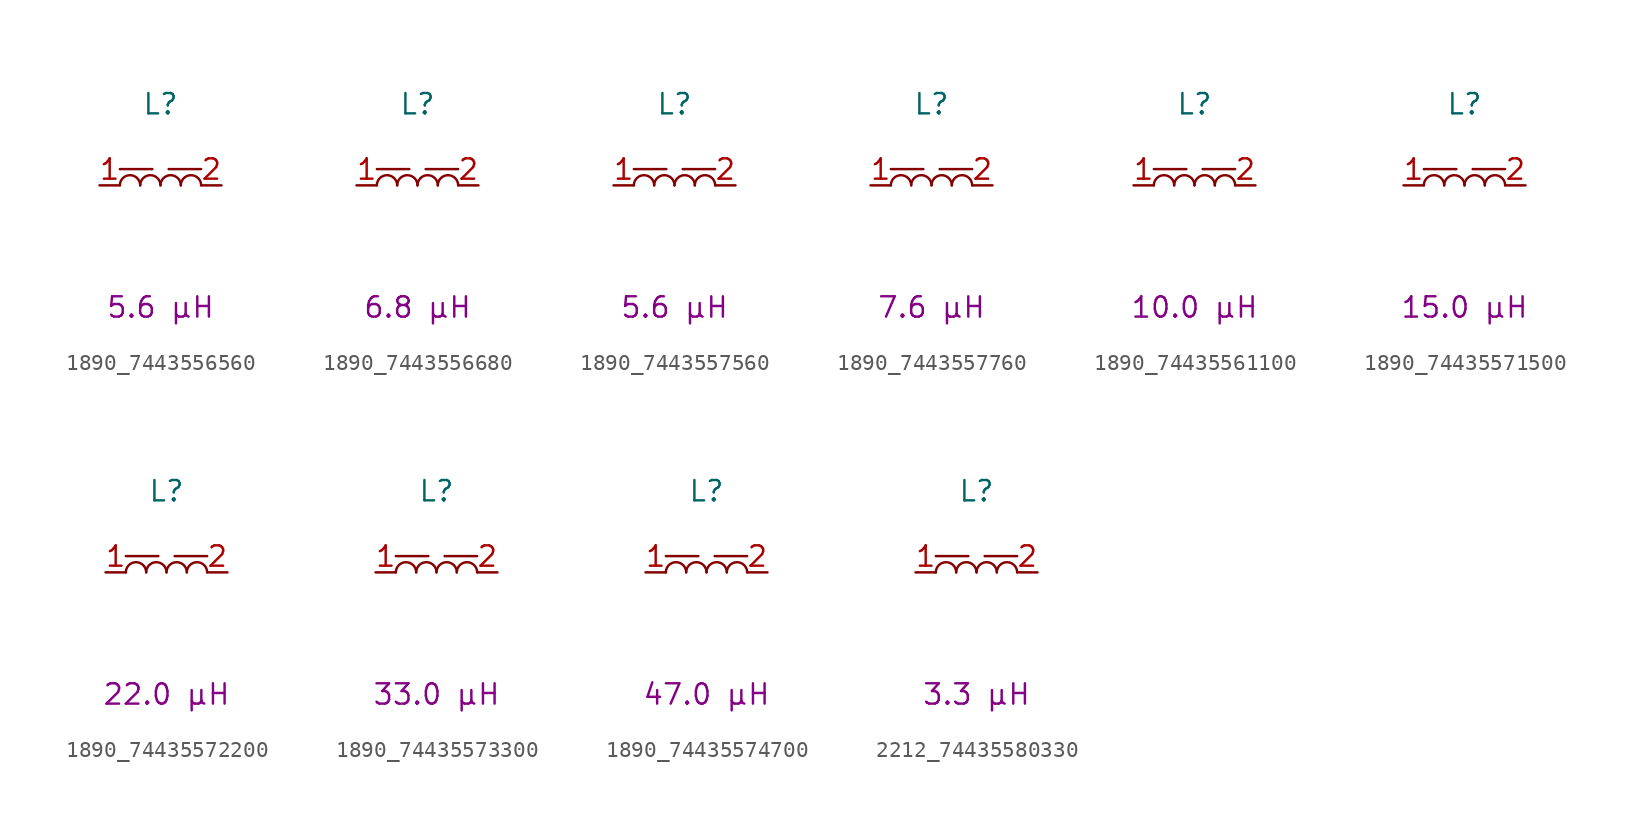
<source format=kicad_sym>
(kicad_symbol_lib
  (version 20220914)
  (generator kicad_symbol_editor)
  (symbol "1890_7443556560"
    (pin_names hide)
    (property "Reference" "L"
      (at 0 5.08 0)
      (effects (font (size 1.27 1.27))))
    (property "Critical Parameter" "5.6 µH"
      (at 0 -7.62 0)
      (effects (font (size 1.27 1.27))))
    (symbol "1890_7443556560_0_1"
      (arc (start -1.27 0) (mid -1.905 0.6323) (end -2.54 0) (stroke (width 0) (type default)) (fill (type none)))
      (arc (start 0 0) (mid -0.635 0.6323) (end -1.27 0) (stroke (width 0) (type default)) (fill (type none)))
      (polyline (pts (xy -2.54 1.016) (xy -0.508 1.016)) (stroke (width 0) (type default)) (fill (type none)))
      (arc (start 1.27 0) (mid 0.635 0.6323) (end 0 0) (stroke (width 0) (type default)) (fill (type none)))
      (arc (start 2.54 0) (mid 1.905 0.6323) (end 1.27 0) (stroke (width 0) (type default)) (fill (type none))))
    (symbol "1890_7443556560_1_1"
      (polyline (pts (xy 2.54 1.016) (xy 0.508 1.016)) (stroke (width 0) (type default)) (fill (type none)))
      (pin passive line (at -3.81 0 0) (length 1.27) (name "1" (effects (font (size 1.27 1.27)))) (number "1" (effects (font (size 1.27 1.27)))))
      (pin passive line (at 3.81 0 180) (length 1.27) (name "2" (effects (font (size 1.27 1.27)))) (number "2" (effects (font (size 1.27 1.27)))))))
  (symbol "1890_7443556680"
    (pin_names hide)
    (property "Reference" "L"
      (at 0 5.08 0)
      (effects (font (size 1.27 1.27))))
    (property "Critical Parameter" "6.8 µH"
      (at 0 -7.62 0)
      (effects (font (size 1.27 1.27))))
    (symbol "1890_7443556680_0_1"
      (arc (start -1.27 0) (mid -1.905 0.6323) (end -2.54 0) (stroke (width 0) (type default)) (fill (type none)))
      (arc (start 0 0) (mid -0.635 0.6323) (end -1.27 0) (stroke (width 0) (type default)) (fill (type none)))
      (polyline (pts (xy -2.54 1.016) (xy -0.508 1.016)) (stroke (width 0) (type default)) (fill (type none)))
      (arc (start 1.27 0) (mid 0.635 0.6323) (end 0 0) (stroke (width 0) (type default)) (fill (type none)))
      (arc (start 2.54 0) (mid 1.905 0.6323) (end 1.27 0) (stroke (width 0) (type default)) (fill (type none))))
    (symbol "1890_7443556680_1_1"
      (polyline (pts (xy 2.54 1.016) (xy 0.508 1.016)) (stroke (width 0) (type default)) (fill (type none)))
      (pin passive line (at -3.81 0 0) (length 1.27) (name "1" (effects (font (size 1.27 1.27)))) (number "1" (effects (font (size 1.27 1.27)))))
      (pin passive line (at 3.81 0 180) (length 1.27) (name "2" (effects (font (size 1.27 1.27)))) (number "2" (effects (font (size 1.27 1.27)))))))
  (symbol "1890_7443557560"
    (pin_names hide)
    (property "Reference" "L"
      (at 0 5.08 0)
      (effects (font (size 1.27 1.27))))
    (property "Critical Parameter" "5.6 µH"
      (at 0 -7.62 0)
      (effects (font (size 1.27 1.27))))
    (symbol "1890_7443557560_0_1"
      (arc (start -1.27 0) (mid -1.905 0.6323) (end -2.54 0) (stroke (width 0) (type default)) (fill (type none)))
      (arc (start 0 0) (mid -0.635 0.6323) (end -1.27 0) (stroke (width 0) (type default)) (fill (type none)))
      (polyline (pts (xy -2.54 1.016) (xy -0.508 1.016)) (stroke (width 0) (type default)) (fill (type none)))
      (arc (start 1.27 0) (mid 0.635 0.6323) (end 0 0) (stroke (width 0) (type default)) (fill (type none)))
      (arc (start 2.54 0) (mid 1.905 0.6323) (end 1.27 0) (stroke (width 0) (type default)) (fill (type none))))
    (symbol "1890_7443557560_1_1"
      (polyline (pts (xy 2.54 1.016) (xy 0.508 1.016)) (stroke (width 0) (type default)) (fill (type none)))
      (pin passive line (at -3.81 0 0) (length 1.27) (name "1" (effects (font (size 1.27 1.27)))) (number "1" (effects (font (size 1.27 1.27)))))
      (pin passive line (at 3.81 0 180) (length 1.27) (name "2" (effects (font (size 1.27 1.27)))) (number "2" (effects (font (size 1.27 1.27)))))))
  (symbol "1890_7443557760"
    (pin_names hide)
    (property "Reference" "L"
      (at 0 5.08 0)
      (effects (font (size 1.27 1.27))))
    (property "Critical Parameter" "7.6 µH"
      (at 0 -7.62 0)
      (effects (font (size 1.27 1.27))))
    (symbol "1890_7443557760_0_1"
      (arc (start -1.27 0) (mid -1.905 0.6323) (end -2.54 0) (stroke (width 0) (type default)) (fill (type none)))
      (arc (start 0 0) (mid -0.635 0.6323) (end -1.27 0) (stroke (width 0) (type default)) (fill (type none)))
      (polyline (pts (xy -2.54 1.016) (xy -0.508 1.016)) (stroke (width 0) (type default)) (fill (type none)))
      (arc (start 1.27 0) (mid 0.635 0.6323) (end 0 0) (stroke (width 0) (type default)) (fill (type none)))
      (arc (start 2.54 0) (mid 1.905 0.6323) (end 1.27 0) (stroke (width 0) (type default)) (fill (type none))))
    (symbol "1890_7443557760_1_1"
      (polyline (pts (xy 2.54 1.016) (xy 0.508 1.016)) (stroke (width 0) (type default)) (fill (type none)))
      (pin passive line (at -3.81 0 0) (length 1.27) (name "1" (effects (font (size 1.27 1.27)))) (number "1" (effects (font (size 1.27 1.27)))))
      (pin passive line (at 3.81 0 180) (length 1.27) (name "2" (effects (font (size 1.27 1.27)))) (number "2" (effects (font (size 1.27 1.27)))))))
  (symbol "1890_74435561100"
    (pin_names hide)
    (property "Reference" "L"
      (at 0 5.08 0)
      (effects (font (size 1.27 1.27))))
    (property "Critical Parameter" "10.0 µH"
      (at 0 -7.62 0)
      (effects (font (size 1.27 1.27))))
    (symbol "1890_74435561100_0_1"
      (arc (start -1.27 0) (mid -1.905 0.6323) (end -2.54 0) (stroke (width 0) (type default)) (fill (type none)))
      (arc (start 0 0) (mid -0.635 0.6323) (end -1.27 0) (stroke (width 0) (type default)) (fill (type none)))
      (polyline (pts (xy -2.54 1.016) (xy -0.508 1.016)) (stroke (width 0) (type default)) (fill (type none)))
      (arc (start 1.27 0) (mid 0.635 0.6323) (end 0 0) (stroke (width 0) (type default)) (fill (type none)))
      (arc (start 2.54 0) (mid 1.905 0.6323) (end 1.27 0) (stroke (width 0) (type default)) (fill (type none))))
    (symbol "1890_74435561100_1_1"
      (polyline (pts (xy 2.54 1.016) (xy 0.508 1.016)) (stroke (width 0) (type default)) (fill (type none)))
      (pin passive line (at -3.81 0 0) (length 1.27) (name "1" (effects (font (size 1.27 1.27)))) (number "1" (effects (font (size 1.27 1.27)))))
      (pin passive line (at 3.81 0 180) (length 1.27) (name "2" (effects (font (size 1.27 1.27)))) (number "2" (effects (font (size 1.27 1.27)))))))
  (symbol "1890_74435571500"
    (pin_names hide)
    (property "Reference" "L"
      (at 0 5.08 0)
      (effects (font (size 1.27 1.27))))
    (property "Critical Parameter" "15.0 µH"
      (at 0 -7.62 0)
      (effects (font (size 1.27 1.27))))
    (symbol "1890_74435571500_0_1"
      (arc (start -1.27 0) (mid -1.905 0.6323) (end -2.54 0) (stroke (width 0) (type default)) (fill (type none)))
      (arc (start 0 0) (mid -0.635 0.6323) (end -1.27 0) (stroke (width 0) (type default)) (fill (type none)))
      (polyline (pts (xy -2.54 1.016) (xy -0.508 1.016)) (stroke (width 0) (type default)) (fill (type none)))
      (arc (start 1.27 0) (mid 0.635 0.6323) (end 0 0) (stroke (width 0) (type default)) (fill (type none)))
      (arc (start 2.54 0) (mid 1.905 0.6323) (end 1.27 0) (stroke (width 0) (type default)) (fill (type none))))
    (symbol "1890_74435571500_1_1"
      (polyline (pts (xy 2.54 1.016) (xy 0.508 1.016)) (stroke (width 0) (type default)) (fill (type none)))
      (pin passive line (at -3.81 0 0) (length 1.27) (name "1" (effects (font (size 1.27 1.27)))) (number "1" (effects (font (size 1.27 1.27)))))
      (pin passive line (at 3.81 0 180) (length 1.27) (name "2" (effects (font (size 1.27 1.27)))) (number "2" (effects (font (size 1.27 1.27)))))))
  (symbol "1890_74435572200"
    (pin_names hide)
    (property "Reference" "L"
      (at 0 5.08 0)
      (effects (font (size 1.27 1.27))))
    (property "Critical Parameter" "22.0 µH"
      (at 0 -7.62 0)
      (effects (font (size 1.27 1.27))))
    (symbol "1890_74435572200_0_1"
      (arc (start -1.27 0) (mid -1.905 0.6323) (end -2.54 0) (stroke (width 0) (type default)) (fill (type none)))
      (arc (start 0 0) (mid -0.635 0.6323) (end -1.27 0) (stroke (width 0) (type default)) (fill (type none)))
      (polyline (pts (xy -2.54 1.016) (xy -0.508 1.016)) (stroke (width 0) (type default)) (fill (type none)))
      (arc (start 1.27 0) (mid 0.635 0.6323) (end 0 0) (stroke (width 0) (type default)) (fill (type none)))
      (arc (start 2.54 0) (mid 1.905 0.6323) (end 1.27 0) (stroke (width 0) (type default)) (fill (type none))))
    (symbol "1890_74435572200_1_1"
      (polyline (pts (xy 2.54 1.016) (xy 0.508 1.016)) (stroke (width 0) (type default)) (fill (type none)))
      (pin passive line (at -3.81 0 0) (length 1.27) (name "1" (effects (font (size 1.27 1.27)))) (number "1" (effects (font (size 1.27 1.27)))))
      (pin passive line (at 3.81 0 180) (length 1.27) (name "2" (effects (font (size 1.27 1.27)))) (number "2" (effects (font (size 1.27 1.27)))))))
  (symbol "1890_74435573300"
    (pin_names hide)
    (property "Reference" "L"
      (at 0 5.08 0)
      (effects (font (size 1.27 1.27))))
    (property "Critical Parameter" "33.0 µH"
      (at 0 -7.62 0)
      (effects (font (size 1.27 1.27))))
    (symbol "1890_74435573300_0_1"
      (arc (start -1.27 0) (mid -1.905 0.6323) (end -2.54 0) (stroke (width 0) (type default)) (fill (type none)))
      (arc (start 0 0) (mid -0.635 0.6323) (end -1.27 0) (stroke (width 0) (type default)) (fill (type none)))
      (polyline (pts (xy -2.54 1.016) (xy -0.508 1.016)) (stroke (width 0) (type default)) (fill (type none)))
      (arc (start 1.27 0) (mid 0.635 0.6323) (end 0 0) (stroke (width 0) (type default)) (fill (type none)))
      (arc (start 2.54 0) (mid 1.905 0.6323) (end 1.27 0) (stroke (width 0) (type default)) (fill (type none))))
    (symbol "1890_74435573300_1_1"
      (polyline (pts (xy 2.54 1.016) (xy 0.508 1.016)) (stroke (width 0) (type default)) (fill (type none)))
      (pin passive line (at -3.81 0 0) (length 1.27) (name "1" (effects (font (size 1.27 1.27)))) (number "1" (effects (font (size 1.27 1.27)))))
      (pin passive line (at 3.81 0 180) (length 1.27) (name "2" (effects (font (size 1.27 1.27)))) (number "2" (effects (font (size 1.27 1.27)))))))
  (symbol "1890_74435574700"
    (pin_names hide)
    (property "Reference" "L"
      (at 0 5.08 0)
      (effects (font (size 1.27 1.27))))
    (property "Critical Parameter" "47.0 µH"
      (at 0 -7.62 0)
      (effects (font (size 1.27 1.27))))
    (symbol "1890_74435574700_0_1"
      (arc (start -1.27 0) (mid -1.905 0.6323) (end -2.54 0) (stroke (width 0) (type default)) (fill (type none)))
      (arc (start 0 0) (mid -0.635 0.6323) (end -1.27 0) (stroke (width 0) (type default)) (fill (type none)))
      (polyline (pts (xy -2.54 1.016) (xy -0.508 1.016)) (stroke (width 0) (type default)) (fill (type none)))
      (arc (start 1.27 0) (mid 0.635 0.6323) (end 0 0) (stroke (width 0) (type default)) (fill (type none)))
      (arc (start 2.54 0) (mid 1.905 0.6323) (end 1.27 0) (stroke (width 0) (type default)) (fill (type none))))
    (symbol "1890_74435574700_1_1"
      (polyline (pts (xy 2.54 1.016) (xy 0.508 1.016)) (stroke (width 0) (type default)) (fill (type none)))
      (pin passive line (at -3.81 0 0) (length 1.27) (name "1" (effects (font (size 1.27 1.27)))) (number "1" (effects (font (size 1.27 1.27)))))
      (pin passive line (at 3.81 0 180) (length 1.27) (name "2" (effects (font (size 1.27 1.27)))) (number "2" (effects (font (size 1.27 1.27)))))))
  (symbol "2212_74435580330"
    (pin_names hide)
    (property "Reference" "L"
      (at 0 5.08 0)
      (effects (font (size 1.27 1.27))))
    (property "Critical Parameter" "3.3 µH"
      (at 0 -7.62 0)
      (effects (font (size 1.27 1.27))))
    (symbol "2212_74435580330_0_1"
      (arc (start -1.27 0) (mid -1.905 0.6323) (end -2.54 0) (stroke (width 0) (type default)) (fill (type none)))
      (arc (start 0 0) (mid -0.635 0.6323) (end -1.27 0) (stroke (width 0) (type default)) (fill (type none)))
      (polyline (pts (xy -2.54 1.016) (xy -0.508 1.016)) (stroke (width 0) (type default)) (fill (type none)))
      (arc (start 1.27 0) (mid 0.635 0.6323) (end 0 0) (stroke (width 0) (type default)) (fill (type none)))
      (arc (start 2.54 0) (mid 1.905 0.6323) (end 1.27 0) (stroke (width 0) (type default)) (fill (type none))))
    (symbol "2212_74435580330_1_1"
      (polyline (pts (xy 2.54 1.016) (xy 0.508 1.016)) (stroke (width 0) (type default)) (fill (type none)))
      (pin passive line (at -3.81 0 0) (length 1.27) (name "1" (effects (font (size 1.27 1.27)))) (number "1" (effects (font (size 1.27 1.27)))))
      (pin passive line (at 3.81 0 180) (length 1.27) (name "2" (effects (font (size 1.27 1.27)))) (number "2" (effects (font (size 1.27 1.27))))))))
</source>
